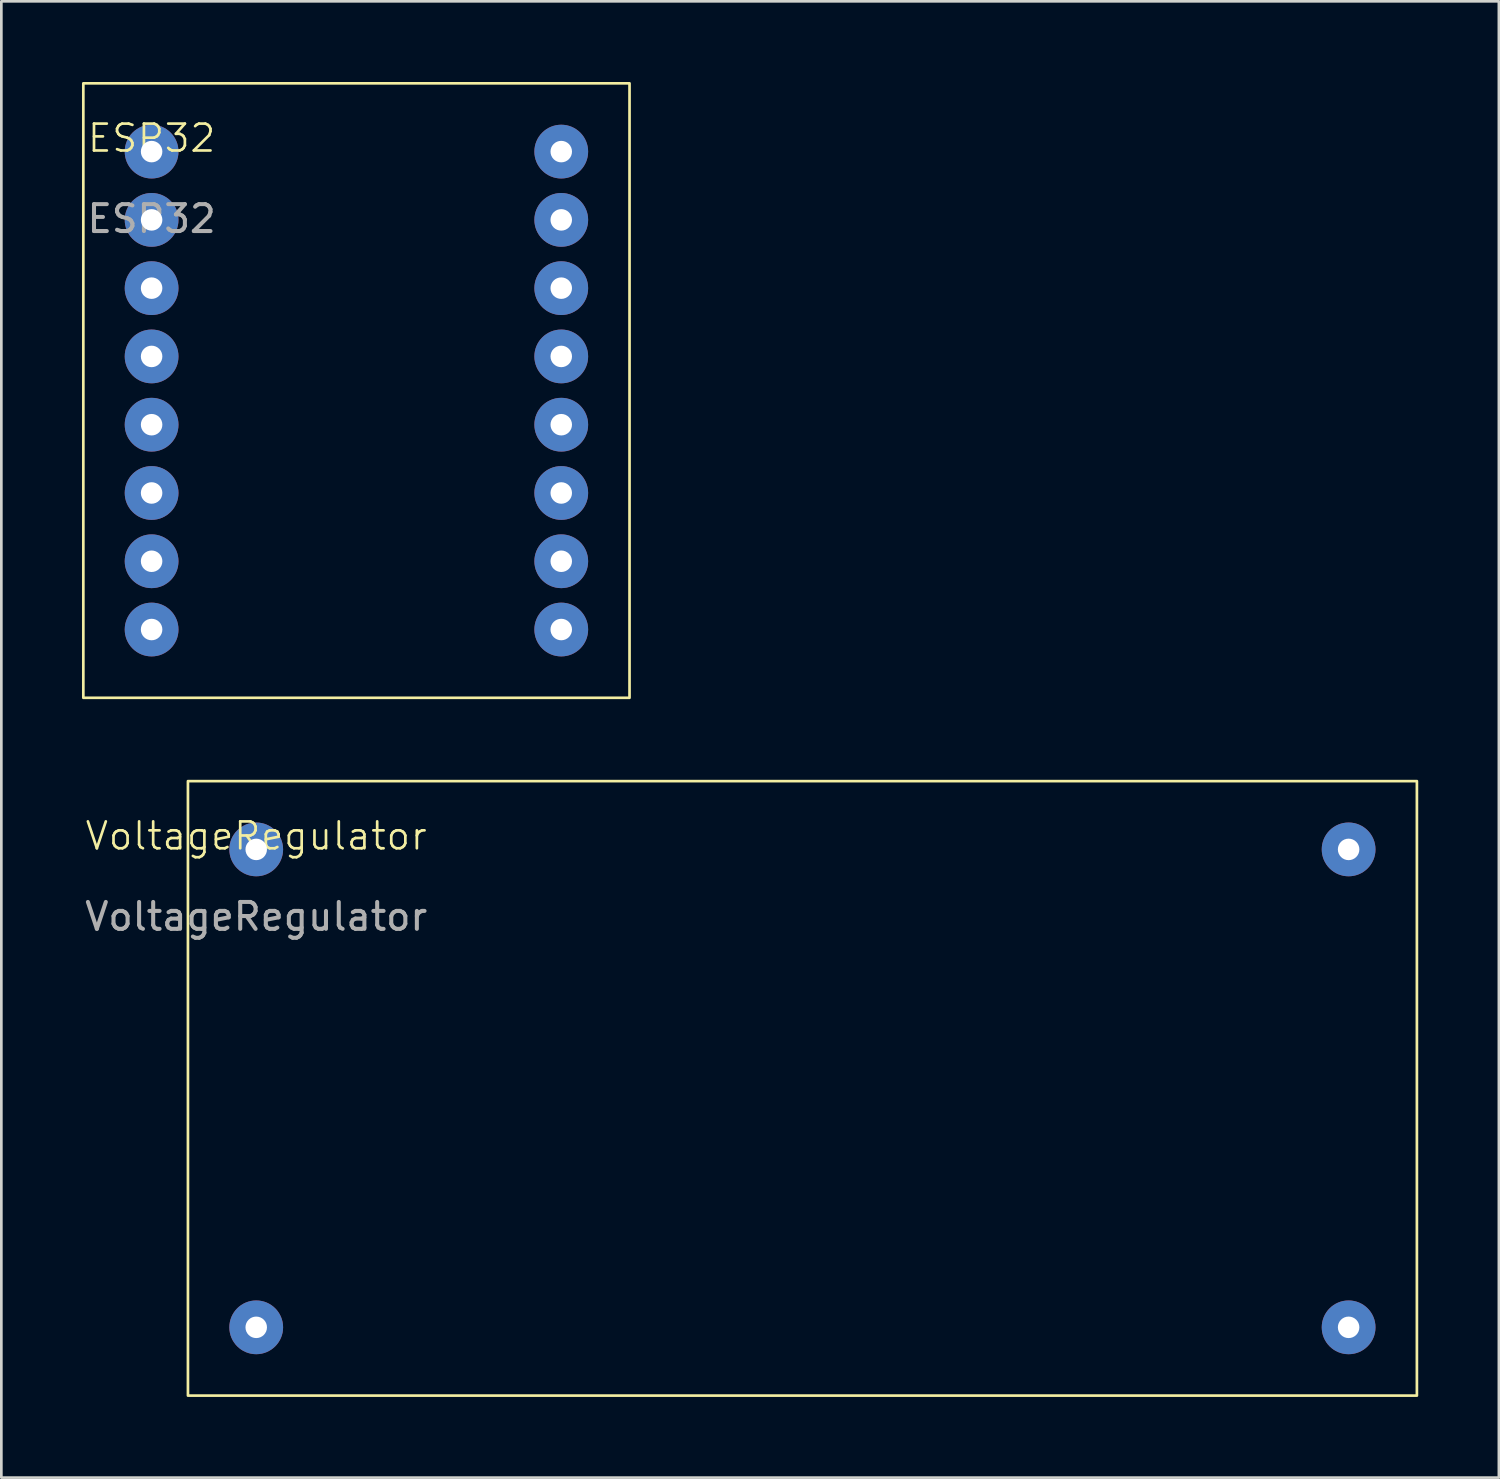
<source format=kicad_pcb>
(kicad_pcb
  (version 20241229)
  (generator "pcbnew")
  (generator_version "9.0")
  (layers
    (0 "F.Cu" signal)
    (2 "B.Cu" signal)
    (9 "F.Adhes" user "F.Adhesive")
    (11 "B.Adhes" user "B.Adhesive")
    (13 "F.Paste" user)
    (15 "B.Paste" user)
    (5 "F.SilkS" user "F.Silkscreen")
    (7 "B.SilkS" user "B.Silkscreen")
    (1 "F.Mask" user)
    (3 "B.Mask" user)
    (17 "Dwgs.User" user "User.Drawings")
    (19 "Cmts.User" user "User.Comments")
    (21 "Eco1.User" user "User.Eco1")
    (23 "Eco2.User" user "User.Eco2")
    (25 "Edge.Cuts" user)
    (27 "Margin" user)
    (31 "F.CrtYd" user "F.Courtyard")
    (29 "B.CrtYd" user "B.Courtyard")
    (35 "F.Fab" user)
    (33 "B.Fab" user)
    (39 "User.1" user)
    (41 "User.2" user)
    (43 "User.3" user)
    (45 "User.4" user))
  (footprint "VoltageRegulator"
    (layer "F.Cu")
    (at 6.482 28.55)
    (property "Reference" "VoltageRegulator" (at 0 -0.5 0) (unlocked yes) (layer "F.SilkS") (effects (font (size 1 1) (thickness 0.1))))
    (attr smd)
    (fp_rect (start -2.54 -2.54) (end 43.18 20.32) (stroke (width 0.1) (type default)) (fill no) (layer "F.SilkS"))
    (fp_text user "${REFERENCE}" (at 0 2.5 0) (unlocked yes) (layer "F.Fab") (effects (font (size 1 1) (thickness 0.15))))
    (pad "1" thru_hole circle (at 0 0) (size 2 2) (drill 0.8) (layers "*.Cu" "F.Mask" "F.Paste"))
    (pad "2" thru_hole circle (at 0 17.78) (size 2 2) (drill 0.8) (layers "*.Cu" "F.Mask" "F.Paste"))
    (pad "3" thru_hole circle (at 40.64 17.78) (size 2 2) (drill 0.8) (layers "*.Cu" "F.Mask" "F.Paste"))
    (pad "4" thru_hole circle (at 40.64 0) (size 2 2) (drill 0.8) (layers "*.Cu" "F.Mask" "F.Paste")))
  (footprint "ESP32"
    (layer "F.Cu")
    (at 2.59 2.59)
    (property "Reference" "ESP32" (at 0 -0.5 0) (unlocked yes) (layer "F.SilkS") (effects (font (size 1 1) (thickness 0.1))))
    (attr smd)
    (fp_rect (start -2.54 -2.54) (end 17.78 20.32) (stroke (width 0.1) (type default)) (fill no) (layer "F.SilkS"))
    (fp_text user "${REFERENCE}" (at 0 2.5 0) (unlocked yes) (layer "F.Fab") (effects (font (size 1 1) (thickness 0.15))))
    (pad "1" thru_hole circle (at 0 0) (size 2 2) (drill 0.8) (layers "*.Cu" "F.Mask" "F.Paste"))
    (pad "2" thru_hole circle (at 0 2.54) (size 2 2) (drill 0.8) (layers "*.Cu" "F.Mask" "F.Paste"))
    (pad "3" thru_hole circle (at 0 5.08) (size 2 2) (drill 0.8) (layers "*.Cu" "F.Mask" "F.Paste"))
    (pad "4" thru_hole circle (at 0 7.62) (size 2 2) (drill 0.8) (layers "*.Cu" "F.Mask" "F.Paste"))
    (pad "5" thru_hole circle (at 0 10.16) (size 2 2) (drill 0.8) (layers "*.Cu" "F.Mask" "F.Paste"))
    (pad "6" thru_hole circle (at 0 12.7) (size 2 2) (drill 0.8) (layers "*.Cu" "F.Mask" "F.Paste"))
    (pad "7" thru_hole circle (at 0 15.24) (size 2 2) (drill 0.8) (layers "*.Cu" "F.Mask" "F.Paste"))
    (pad "8" thru_hole circle (at 0 17.78) (size 2 2) (drill 0.8) (layers "*.Cu" "F.Mask" "F.Paste"))
    (pad "9" thru_hole circle (at 15.24 17.78) (size 2 2) (drill 0.8) (layers "*.Cu" "F.Mask" "F.Paste"))
    (pad "10" thru_hole circle (at 15.24 15.24) (size 2 2) (drill 0.8) (layers "*.Cu" "F.Mask" "F.Paste"))
    (pad "11" thru_hole circle (at 15.24 12.7) (size 2 2) (drill 0.8) (layers "*.Cu" "F.Mask" "F.Paste"))
    (pad "12" thru_hole circle (at 15.24 10.16) (size 2 2) (drill 0.8) (layers "*.Cu" "F.Mask" "F.Paste"))
    (pad "13" thru_hole circle (at 15.24 7.62) (size 2 2) (drill 0.8) (layers "*.Cu" "F.Mask" "F.Paste"))
    (pad "14" thru_hole circle (at 15.24 5.08) (size 2 2) (drill 0.8) (layers "*.Cu" "F.Mask" "F.Paste"))
    (pad "15" thru_hole circle (at 15.24 2.54) (size 2 2) (drill 0.8) (layers "*.Cu" "F.Mask" "F.Paste"))
    (pad "16" thru_hole circle (at 15.24 0) (size 2 2) (drill 0.8) (layers "*.Cu" "F.Mask" "F.Paste")))
  (gr_rect
    (start -3 -3)
    (end 52.712 51.92)
    (stroke (width 0.1) (type default))
    (fill no)
    (layer "Edge.Cuts")))
</source>
